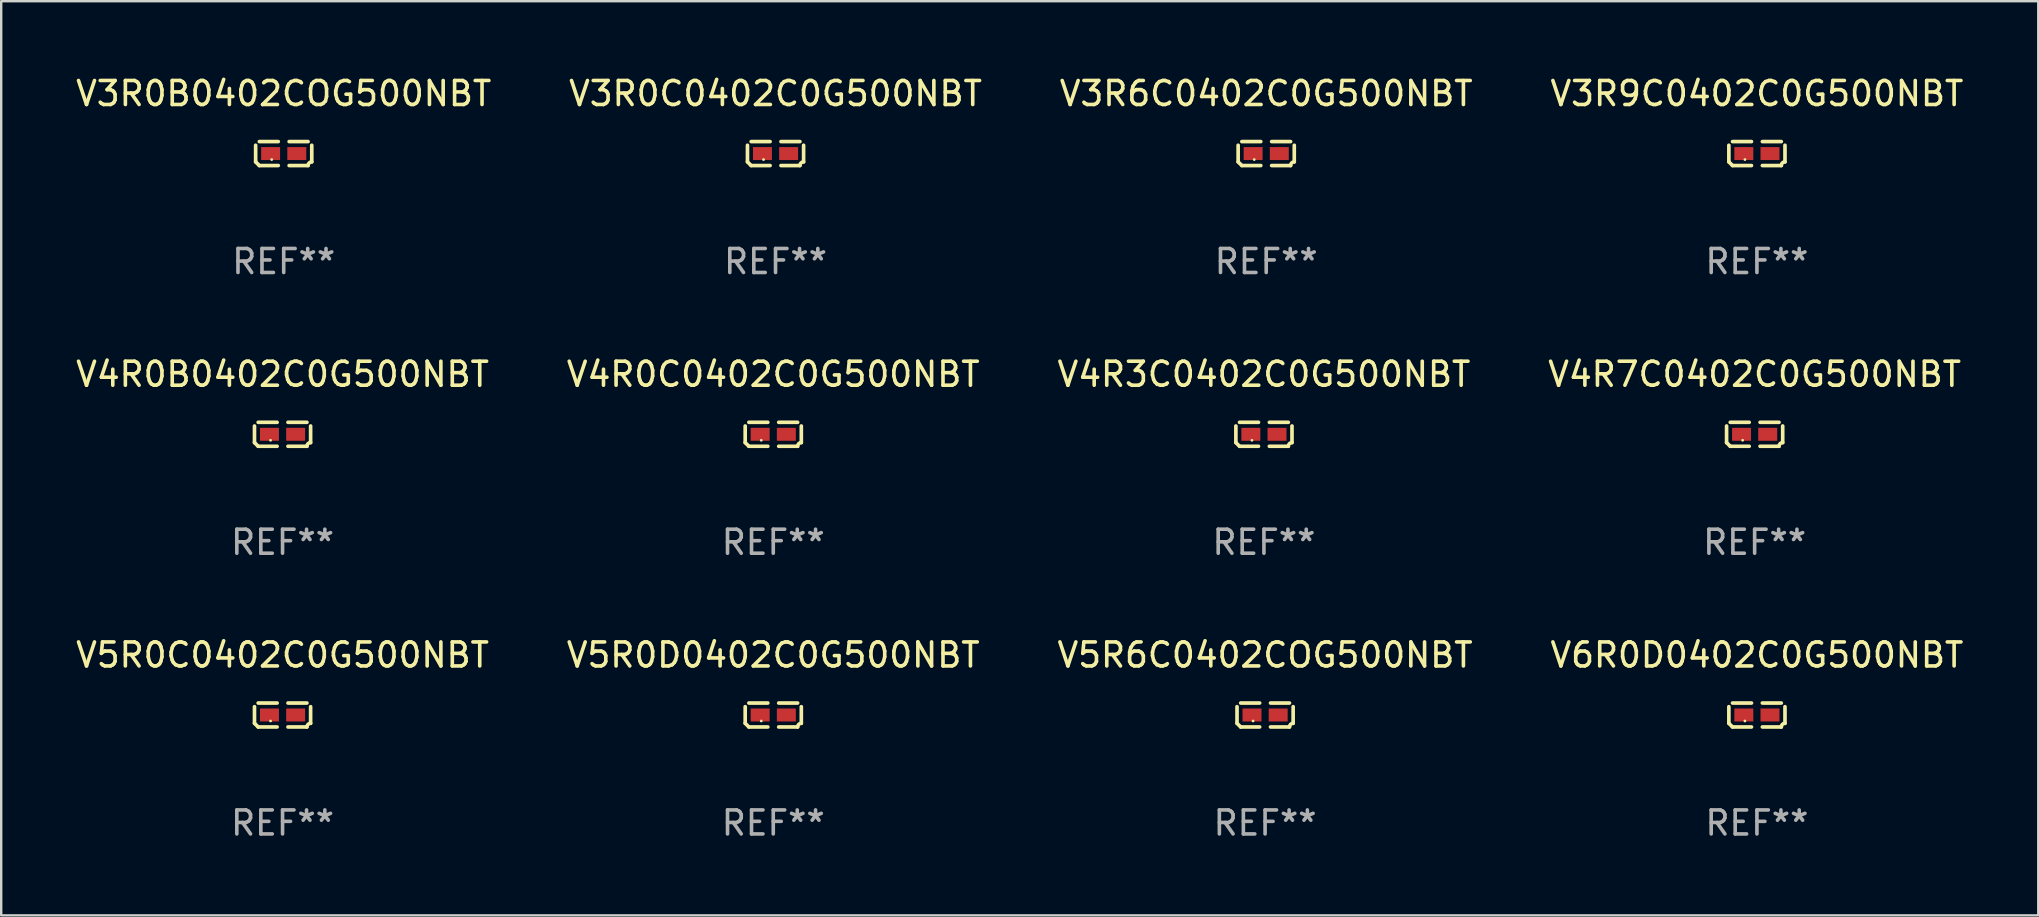
<source format=kicad_pcb>
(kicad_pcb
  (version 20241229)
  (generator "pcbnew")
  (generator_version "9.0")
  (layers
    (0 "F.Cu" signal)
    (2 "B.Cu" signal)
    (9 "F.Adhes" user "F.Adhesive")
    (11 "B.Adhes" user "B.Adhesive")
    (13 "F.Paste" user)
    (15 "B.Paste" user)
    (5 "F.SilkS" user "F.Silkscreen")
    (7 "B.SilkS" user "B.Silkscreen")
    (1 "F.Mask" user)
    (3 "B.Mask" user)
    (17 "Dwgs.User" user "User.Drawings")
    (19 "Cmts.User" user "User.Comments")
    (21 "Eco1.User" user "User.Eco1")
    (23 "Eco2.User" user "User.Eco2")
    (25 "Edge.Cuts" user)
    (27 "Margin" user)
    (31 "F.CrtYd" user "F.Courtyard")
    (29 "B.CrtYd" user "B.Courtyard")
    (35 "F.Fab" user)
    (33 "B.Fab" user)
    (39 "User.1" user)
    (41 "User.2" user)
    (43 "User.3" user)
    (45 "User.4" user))
  (footprint "V4R7C0402C0G500NBT"
    (layer "F.Cu")
    (at 70.042 15.041)
    (property "Reference" "V4R7C0402C0G500NBT" (at 0 -2.499 0) (layer "F.SilkS") (effects (font (size 1 1) (thickness 0.15))))
    (attr through_hole)
    (fp_line (start -1.169 0.346) (end -1.169 -0.346) (stroke (width 0.152) (type solid)) (layer "F.SilkS"))
    (fp_line (start -1.016 -0.499) (end -0.226 -0.499) (stroke (width 0.152) (type solid)) (layer "F.SilkS"))
    (fp_line (start -0.226 0.499) (end -1.016 0.499) (stroke (width 0.152) (type solid)) (layer "F.SilkS"))
    (fp_line (start 0.226 0.499) (end 1.016 0.499) (stroke (width 0.152) (type solid)) (layer "F.SilkS"))
    (fp_line (start 1.016 -0.499) (end 0.226 -0.499) (stroke (width 0.152) (type solid)) (layer "F.SilkS"))
    (fp_line (start 1.169 0.346) (end 1.169 -0.346) (stroke (width 0.152) (type solid)) (layer "F.SilkS"))
    (fp_arc (start -1.016307 0.498603) (mid -1.092512 0.422405) (end -1.16871 0.3462) (stroke (width 0.1524) (type solid)) (layer "F.SilkS"))
    (fp_arc (start 1.016307 0.498603) (mid 1.060899 0.390758) (end 1.168707 0.346076) (stroke (width 0.1524) (type solid)) (layer "F.SilkS"))
    (fp_circle (center -0.5 0.25) (end -0.47 0.25) (stroke (width 0.06) (type solid)) (fill no) (layer "F.SilkS"))
    (fp_text user "REF**" (at 0 4.499 0) (layer "F.Fab") (effects (font (size 1 1) (thickness 0.15))))
    (pad "1" smd rect (at -0.545 0) (size 0.79 0.54) (layers "F.Cu" "F.Mask" "F.Paste"))
    (pad "2" smd rect (at 0.545 0) (size 0.79 0.54) (layers "F.Cu" "F.Mask" "F.Paste")))
  (footprint "V6R0D0402C0G500NBT"
    (layer "F.Cu")
    (at 70.137 26.734)
    (property "Reference" "V6R0D0402C0G500NBT" (at 0 -2.499 0) (layer "F.SilkS") (effects (font (size 1 1) (thickness 0.15))))
    (attr through_hole)
    (fp_line (start -1.169 0.346) (end -1.169 -0.346) (stroke (width 0.152) (type solid)) (layer "F.SilkS"))
    (fp_line (start -1.016 -0.499) (end -0.226 -0.499) (stroke (width 0.152) (type solid)) (layer "F.SilkS"))
    (fp_line (start -0.226 0.499) (end -1.016 0.499) (stroke (width 0.152) (type solid)) (layer "F.SilkS"))
    (fp_line (start 0.226 0.499) (end 1.016 0.499) (stroke (width 0.152) (type solid)) (layer "F.SilkS"))
    (fp_line (start 1.016 -0.499) (end 0.226 -0.499) (stroke (width 0.152) (type solid)) (layer "F.SilkS"))
    (fp_line (start 1.169 0.346) (end 1.169 -0.346) (stroke (width 0.152) (type solid)) (layer "F.SilkS"))
    (fp_arc (start -1.016307 0.498603) (mid -1.092512 0.422405) (end -1.16871 0.3462) (stroke (width 0.1524) (type solid)) (layer "F.SilkS"))
    (fp_arc (start 1.016307 0.498603) (mid 1.060899 0.390758) (end 1.168707 0.346076) (stroke (width 0.1524) (type solid)) (layer "F.SilkS"))
    (fp_circle (center -0.5 0.25) (end -0.47 0.25) (stroke (width 0.06) (type solid)) (fill no) (layer "F.SilkS"))
    (fp_text user "REF**" (at 0 4.499 0) (layer "F.Fab") (effects (font (size 1 1) (thickness 0.15))))
    (pad "1" smd rect (at -0.545 0) (size 0.79 0.54) (layers "F.Cu" "F.Mask" "F.Paste"))
    (pad "2" smd rect (at 0.545 0) (size 0.79 0.54) (layers "F.Cu" "F.Mask" "F.Paste")))
  (footprint "V3R6C0402C0G500NBT"
    (layer "F.Cu")
    (at 49.696 3.347)
    (property "Reference" "V3R6C0402C0G500NBT" (at 0 -2.499 0) (layer "F.SilkS") (effects (font (size 1 1) (thickness 0.15))))
    (attr through_hole)
    (fp_line (start -1.169 0.346) (end -1.169 -0.346) (stroke (width 0.152) (type solid)) (layer "F.SilkS"))
    (fp_line (start -1.016 -0.499) (end -0.226 -0.499) (stroke (width 0.152) (type solid)) (layer "F.SilkS"))
    (fp_line (start -0.226 0.499) (end -1.016 0.499) (stroke (width 0.152) (type solid)) (layer "F.SilkS"))
    (fp_line (start 0.226 0.499) (end 1.016 0.499) (stroke (width 0.152) (type solid)) (layer "F.SilkS"))
    (fp_line (start 1.016 -0.499) (end 0.226 -0.499) (stroke (width 0.152) (type solid)) (layer "F.SilkS"))
    (fp_line (start 1.169 0.346) (end 1.169 -0.346) (stroke (width 0.152) (type solid)) (layer "F.SilkS"))
    (fp_arc (start -1.016307 0.498603) (mid -1.092512 0.422405) (end -1.16871 0.3462) (stroke (width 0.1524) (type solid)) (layer "F.SilkS"))
    (fp_arc (start 1.016307 0.498603) (mid 1.060899 0.390758) (end 1.168707 0.346076) (stroke (width 0.1524) (type solid)) (layer "F.SilkS"))
    (fp_circle (center -0.5 0.25) (end -0.47 0.25) (stroke (width 0.06) (type solid)) (fill no) (layer "F.SilkS"))
    (fp_text user "REF**" (at 0 4.499 0) (layer "F.Fab") (effects (font (size 1 1) (thickness 0.15))))
    (pad "1" smd rect (at -0.545 0) (size 0.79 0.54) (layers "F.Cu" "F.Mask" "F.Paste"))
    (pad "2" smd rect (at 0.545 0) (size 0.79 0.54) (layers "F.Cu" "F.Mask" "F.Paste")))
  (footprint "V3R0C0402C0G500NBT"
    (layer "F.Cu")
    (at 29.256 3.347)
    (property "Reference" "V3R0C0402C0G500NBT" (at 0 -2.499 0) (layer "F.SilkS") (effects (font (size 1 1) (thickness 0.15))))
    (attr through_hole)
    (fp_line (start -1.169 0.346) (end -1.169 -0.346) (stroke (width 0.152) (type solid)) (layer "F.SilkS"))
    (fp_line (start -1.016 -0.499) (end -0.226 -0.499) (stroke (width 0.152) (type solid)) (layer "F.SilkS"))
    (fp_line (start -0.226 0.499) (end -1.016 0.499) (stroke (width 0.152) (type solid)) (layer "F.SilkS"))
    (fp_line (start 0.226 0.499) (end 1.016 0.499) (stroke (width 0.152) (type solid)) (layer "F.SilkS"))
    (fp_line (start 1.016 -0.499) (end 0.226 -0.499) (stroke (width 0.152) (type solid)) (layer "F.SilkS"))
    (fp_line (start 1.169 0.346) (end 1.169 -0.346) (stroke (width 0.152) (type solid)) (layer "F.SilkS"))
    (fp_arc (start -1.016307 0.498603) (mid -1.092512 0.422405) (end -1.16871 0.3462) (stroke (width 0.1524) (type solid)) (layer "F.SilkS"))
    (fp_arc (start 1.016307 0.498603) (mid 1.060899 0.390758) (end 1.168707 0.346076) (stroke (width 0.1524) (type solid)) (layer "F.SilkS"))
    (fp_circle (center -0.5 0.25) (end -0.47 0.25) (stroke (width 0.06) (type solid)) (fill no) (layer "F.SilkS"))
    (fp_text user "REF**" (at 0 4.499 0) (layer "F.Fab") (effects (font (size 1 1) (thickness 0.15))))
    (pad "1" smd rect (at -0.545 0) (size 0.79 0.54) (layers "F.Cu" "F.Mask" "F.Paste"))
    (pad "2" smd rect (at 0.545 0) (size 0.79 0.54) (layers "F.Cu" "F.Mask" "F.Paste")))
  (footprint "V3R9C0402C0G500NBT"
    (layer "F.Cu")
    (at 70.137 3.347)
    (property "Reference" "V3R9C0402C0G500NBT" (at 0 -2.499 0) (layer "F.SilkS") (effects (font (size 1 1) (thickness 0.15))))
    (attr through_hole)
    (fp_line (start -1.169 0.346) (end -1.169 -0.346) (stroke (width 0.152) (type solid)) (layer "F.SilkS"))
    (fp_line (start -1.016 -0.499) (end -0.226 -0.499) (stroke (width 0.152) (type solid)) (layer "F.SilkS"))
    (fp_line (start -0.226 0.499) (end -1.016 0.499) (stroke (width 0.152) (type solid)) (layer "F.SilkS"))
    (fp_line (start 0.226 0.499) (end 1.016 0.499) (stroke (width 0.152) (type solid)) (layer "F.SilkS"))
    (fp_line (start 1.016 -0.499) (end 0.226 -0.499) (stroke (width 0.152) (type solid)) (layer "F.SilkS"))
    (fp_line (start 1.169 0.346) (end 1.169 -0.346) (stroke (width 0.152) (type solid)) (layer "F.SilkS"))
    (fp_arc (start -1.016307 0.498603) (mid -1.092512 0.422405) (end -1.16871 0.3462) (stroke (width 0.1524) (type solid)) (layer "F.SilkS"))
    (fp_arc (start 1.016307 0.498603) (mid 1.060899 0.390758) (end 1.168707 0.346076) (stroke (width 0.1524) (type solid)) (layer "F.SilkS"))
    (fp_circle (center -0.5 0.25) (end -0.47 0.25) (stroke (width 0.06) (type solid)) (fill no) (layer "F.SilkS"))
    (fp_text user "REF**" (at 0 4.499 0) (layer "F.Fab") (effects (font (size 1 1) (thickness 0.15))))
    (pad "1" smd rect (at -0.545 0) (size 0.79 0.54) (layers "F.Cu" "F.Mask" "F.Paste"))
    (pad "2" smd rect (at 0.545 0) (size 0.79 0.54) (layers "F.Cu" "F.Mask" "F.Paste")))
  (footprint "V3R0B0402COG500NBT"
    (layer "F.Cu")
    (at 8.768 3.347)
    (property "Reference" "V3R0B0402COG500NBT" (at 0 -2.499 0) (layer "F.SilkS") (effects (font (size 1 1) (thickness 0.15))))
    (attr through_hole)
    (fp_line (start -1.169 0.346) (end -1.169 -0.346) (stroke (width 0.152) (type solid)) (layer "F.SilkS"))
    (fp_line (start -1.016 -0.499) (end -0.226 -0.499) (stroke (width 0.152) (type solid)) (layer "F.SilkS"))
    (fp_line (start -0.226 0.499) (end -1.016 0.499) (stroke (width 0.152) (type solid)) (layer "F.SilkS"))
    (fp_line (start 0.226 0.499) (end 1.016 0.499) (stroke (width 0.152) (type solid)) (layer "F.SilkS"))
    (fp_line (start 1.016 -0.499) (end 0.226 -0.499) (stroke (width 0.152) (type solid)) (layer "F.SilkS"))
    (fp_line (start 1.169 0.346) (end 1.169 -0.346) (stroke (width 0.152) (type solid)) (layer "F.SilkS"))
    (fp_arc (start -1.016307 0.498603) (mid -1.092512 0.422405) (end -1.16871 0.3462) (stroke (width 0.1524) (type solid)) (layer "F.SilkS"))
    (fp_arc (start 1.016307 0.498603) (mid 1.060899 0.390758) (end 1.168707 0.346076) (stroke (width 0.1524) (type solid)) (layer "F.SilkS"))
    (fp_circle (center -0.5 0.25) (end -0.47 0.25) (stroke (width 0.06) (type solid)) (fill no) (layer "F.SilkS"))
    (fp_text user "REF**" (at 0 4.499 0) (layer "F.Fab") (effects (font (size 1 1) (thickness 0.15))))
    (pad "1" smd rect (at -0.545 0) (size 0.79 0.54) (layers "F.Cu" "F.Mask" "F.Paste"))
    (pad "2" smd rect (at 0.545 0) (size 0.79 0.54) (layers "F.Cu" "F.Mask" "F.Paste")))
  (footprint "V5R6C0402COG500NBT"
    (layer "F.Cu")
    (at 49.649 26.734)
    (property "Reference" "V5R6C0402COG500NBT" (at 0 -2.499 0) (layer "F.SilkS") (effects (font (size 1 1) (thickness 0.15))))
    (attr through_hole)
    (fp_line (start -1.169 0.346) (end -1.169 -0.346) (stroke (width 0.152) (type solid)) (layer "F.SilkS"))
    (fp_line (start -1.016 -0.499) (end -0.226 -0.499) (stroke (width 0.152) (type solid)) (layer "F.SilkS"))
    (fp_line (start -0.226 0.499) (end -1.016 0.499) (stroke (width 0.152) (type solid)) (layer "F.SilkS"))
    (fp_line (start 0.226 0.499) (end 1.016 0.499) (stroke (width 0.152) (type solid)) (layer "F.SilkS"))
    (fp_line (start 1.016 -0.499) (end 0.226 -0.499) (stroke (width 0.152) (type solid)) (layer "F.SilkS"))
    (fp_line (start 1.169 0.346) (end 1.169 -0.346) (stroke (width 0.152) (type solid)) (layer "F.SilkS"))
    (fp_arc (start -1.016307 0.498603) (mid -1.092512 0.422405) (end -1.16871 0.3462) (stroke (width 0.1524) (type solid)) (layer "F.SilkS"))
    (fp_arc (start 1.016307 0.498603) (mid 1.060899 0.390758) (end 1.168707 0.346076) (stroke (width 0.1524) (type solid)) (layer "F.SilkS"))
    (fp_circle (center -0.5 0.25) (end -0.47 0.25) (stroke (width 0.06) (type solid)) (fill no) (layer "F.SilkS"))
    (fp_text user "REF**" (at 0 4.499 0) (layer "F.Fab") (effects (font (size 1 1) (thickness 0.15))))
    (pad "1" smd rect (at -0.545 0) (size 0.79 0.54) (layers "F.Cu" "F.Mask" "F.Paste"))
    (pad "2" smd rect (at 0.545 0) (size 0.79 0.54) (layers "F.Cu" "F.Mask" "F.Paste")))
  (footprint "V4R3C0402C0G500NBT"
    (layer "F.Cu")
    (at 49.601 15.041)
    (property "Reference" "V4R3C0402C0G500NBT" (at 0 -2.499 0) (layer "F.SilkS") (effects (font (size 1 1) (thickness 0.15))))
    (attr through_hole)
    (fp_line (start -1.169 0.346) (end -1.169 -0.346) (stroke (width 0.152) (type solid)) (layer "F.SilkS"))
    (fp_line (start -1.016 -0.499) (end -0.226 -0.499) (stroke (width 0.152) (type solid)) (layer "F.SilkS"))
    (fp_line (start -0.226 0.499) (end -1.016 0.499) (stroke (width 0.152) (type solid)) (layer "F.SilkS"))
    (fp_line (start 0.226 0.499) (end 1.016 0.499) (stroke (width 0.152) (type solid)) (layer "F.SilkS"))
    (fp_line (start 1.016 -0.499) (end 0.226 -0.499) (stroke (width 0.152) (type solid)) (layer "F.SilkS"))
    (fp_line (start 1.169 0.346) (end 1.169 -0.346) (stroke (width 0.152) (type solid)) (layer "F.SilkS"))
    (fp_arc (start -1.016307 0.498603) (mid -1.092512 0.422405) (end -1.16871 0.3462) (stroke (width 0.1524) (type solid)) (layer "F.SilkS"))
    (fp_arc (start 1.016307 0.498603) (mid 1.060899 0.390758) (end 1.168707 0.346076) (stroke (width 0.1524) (type solid)) (layer "F.SilkS"))
    (fp_circle (center -0.5 0.25) (end -0.47 0.25) (stroke (width 0.06) (type solid)) (fill no) (layer "F.SilkS"))
    (fp_text user "REF**" (at 0 4.499 0) (layer "F.Fab") (effects (font (size 1 1) (thickness 0.15))))
    (pad "1" smd rect (at -0.545 0) (size 0.79 0.54) (layers "F.Cu" "F.Mask" "F.Paste"))
    (pad "2" smd rect (at 0.545 0) (size 0.79 0.54) (layers "F.Cu" "F.Mask" "F.Paste")))
  (footprint "V5R0D0402C0G500NBT"
    (layer "F.Cu")
    (at 29.161 26.734)
    (property "Reference" "V5R0D0402C0G500NBT" (at 0 -2.499 0) (layer "F.SilkS") (effects (font (size 1 1) (thickness 0.15))))
    (attr through_hole)
    (fp_line (start -1.169 0.346) (end -1.169 -0.346) (stroke (width 0.152) (type solid)) (layer "F.SilkS"))
    (fp_line (start -1.016 -0.499) (end -0.226 -0.499) (stroke (width 0.152) (type solid)) (layer "F.SilkS"))
    (fp_line (start -0.226 0.499) (end -1.016 0.499) (stroke (width 0.152) (type solid)) (layer "F.SilkS"))
    (fp_line (start 0.226 0.499) (end 1.016 0.499) (stroke (width 0.152) (type solid)) (layer "F.SilkS"))
    (fp_line (start 1.016 -0.499) (end 0.226 -0.499) (stroke (width 0.152) (type solid)) (layer "F.SilkS"))
    (fp_line (start 1.169 0.346) (end 1.169 -0.346) (stroke (width 0.152) (type solid)) (layer "F.SilkS"))
    (fp_arc (start -1.016307 0.498603) (mid -1.092512 0.422405) (end -1.16871 0.3462) (stroke (width 0.1524) (type solid)) (layer "F.SilkS"))
    (fp_arc (start 1.016307 0.498603) (mid 1.060899 0.390758) (end 1.168707 0.346076) (stroke (width 0.1524) (type solid)) (layer "F.SilkS"))
    (fp_circle (center -0.5 0.25) (end -0.47 0.25) (stroke (width 0.06) (type solid)) (fill no) (layer "F.SilkS"))
    (fp_text user "REF**" (at 0 4.499 0) (layer "F.Fab") (effects (font (size 1 1) (thickness 0.15))))
    (pad "1" smd rect (at -0.545 0) (size 0.79 0.54) (layers "F.Cu" "F.Mask" "F.Paste"))
    (pad "2" smd rect (at 0.545 0) (size 0.79 0.54) (layers "F.Cu" "F.Mask" "F.Paste")))
  (footprint "V4R0C0402C0G500NBT"
    (layer "F.Cu")
    (at 29.161 15.041)
    (property "Reference" "V4R0C0402C0G500NBT" (at 0 -2.499 0) (layer "F.SilkS") (effects (font (size 1 1) (thickness 0.15))))
    (attr through_hole)
    (fp_line (start -1.169 0.346) (end -1.169 -0.346) (stroke (width 0.152) (type solid)) (layer "F.SilkS"))
    (fp_line (start -1.016 -0.499) (end -0.226 -0.499) (stroke (width 0.152) (type solid)) (layer "F.SilkS"))
    (fp_line (start -0.226 0.499) (end -1.016 0.499) (stroke (width 0.152) (type solid)) (layer "F.SilkS"))
    (fp_line (start 0.226 0.499) (end 1.016 0.499) (stroke (width 0.152) (type solid)) (layer "F.SilkS"))
    (fp_line (start 1.016 -0.499) (end 0.226 -0.499) (stroke (width 0.152) (type solid)) (layer "F.SilkS"))
    (fp_line (start 1.169 0.346) (end 1.169 -0.346) (stroke (width 0.152) (type solid)) (layer "F.SilkS"))
    (fp_arc (start -1.016307 0.498603) (mid -1.092512 0.422405) (end -1.16871 0.3462) (stroke (width 0.1524) (type solid)) (layer "F.SilkS"))
    (fp_arc (start 1.016307 0.498603) (mid 1.060899 0.390758) (end 1.168707 0.346076) (stroke (width 0.1524) (type solid)) (layer "F.SilkS"))
    (fp_circle (center -0.5 0.25) (end -0.47 0.25) (stroke (width 0.06) (type solid)) (fill no) (layer "F.SilkS"))
    (fp_text user "REF**" (at 0 4.499 0) (layer "F.Fab") (effects (font (size 1 1) (thickness 0.15))))
    (pad "1" smd rect (at -0.545 0) (size 0.79 0.54) (layers "F.Cu" "F.Mask" "F.Paste"))
    (pad "2" smd rect (at 0.545 0) (size 0.79 0.54) (layers "F.Cu" "F.Mask" "F.Paste")))
  (footprint "V4R0B0402C0G500NBT"
    (layer "F.Cu")
    (at 8.72 15.041)
    (property "Reference" "V4R0B0402C0G500NBT" (at 0 -2.499 0) (layer "F.SilkS") (effects (font (size 1 1) (thickness 0.15))))
    (attr through_hole)
    (fp_line (start -1.169 0.346) (end -1.169 -0.346) (stroke (width 0.152) (type solid)) (layer "F.SilkS"))
    (fp_line (start -1.016 -0.499) (end -0.226 -0.499) (stroke (width 0.152) (type solid)) (layer "F.SilkS"))
    (fp_line (start -0.226 0.499) (end -1.016 0.499) (stroke (width 0.152) (type solid)) (layer "F.SilkS"))
    (fp_line (start 0.226 0.499) (end 1.016 0.499) (stroke (width 0.152) (type solid)) (layer "F.SilkS"))
    (fp_line (start 1.016 -0.499) (end 0.226 -0.499) (stroke (width 0.152) (type solid)) (layer "F.SilkS"))
    (fp_line (start 1.169 0.346) (end 1.169 -0.346) (stroke (width 0.152) (type solid)) (layer "F.SilkS"))
    (fp_arc (start -1.016307 0.498603) (mid -1.092512 0.422405) (end -1.16871 0.3462) (stroke (width 0.1524) (type solid)) (layer "F.SilkS"))
    (fp_arc (start 1.016307 0.498603) (mid 1.060899 0.390758) (end 1.168707 0.346076) (stroke (width 0.1524) (type solid)) (layer "F.SilkS"))
    (fp_circle (center -0.5 0.25) (end -0.47 0.25) (stroke (width 0.06) (type solid)) (fill no) (layer "F.SilkS"))
    (fp_text user "REF**" (at 0 4.499 0) (layer "F.Fab") (effects (font (size 1 1) (thickness 0.15))))
    (pad "1" smd rect (at -0.545 0) (size 0.79 0.54) (layers "F.Cu" "F.Mask" "F.Paste"))
    (pad "2" smd rect (at 0.545 0) (size 0.79 0.54) (layers "F.Cu" "F.Mask" "F.Paste")))
  (footprint "V5R0C0402C0G500NBT"
    (layer "F.Cu")
    (at 8.72 26.734)
    (property "Reference" "V5R0C0402C0G500NBT" (at 0 -2.499 0) (layer "F.SilkS") (effects (font (size 1 1) (thickness 0.15))))
    (attr through_hole)
    (fp_line (start -1.169 0.346) (end -1.169 -0.346) (stroke (width 0.152) (type solid)) (layer "F.SilkS"))
    (fp_line (start -1.016 -0.499) (end -0.226 -0.499) (stroke (width 0.152) (type solid)) (layer "F.SilkS"))
    (fp_line (start -0.226 0.499) (end -1.016 0.499) (stroke (width 0.152) (type solid)) (layer "F.SilkS"))
    (fp_line (start 0.226 0.499) (end 1.016 0.499) (stroke (width 0.152) (type solid)) (layer "F.SilkS"))
    (fp_line (start 1.016 -0.499) (end 0.226 -0.499) (stroke (width 0.152) (type solid)) (layer "F.SilkS"))
    (fp_line (start 1.169 0.346) (end 1.169 -0.346) (stroke (width 0.152) (type solid)) (layer "F.SilkS"))
    (fp_arc (start -1.016307 0.498603) (mid -1.092512 0.422405) (end -1.16871 0.3462) (stroke (width 0.1524) (type solid)) (layer "F.SilkS"))
    (fp_arc (start 1.016307 0.498603) (mid 1.060899 0.390758) (end 1.168707 0.346076) (stroke (width 0.1524) (type solid)) (layer "F.SilkS"))
    (fp_circle (center -0.5 0.25) (end -0.47 0.25) (stroke (width 0.06) (type solid)) (fill no) (layer "F.SilkS"))
    (fp_text user "REF**" (at 0 4.499 0) (layer "F.Fab") (effects (font (size 1 1) (thickness 0.15))))
    (pad "1" smd rect (at -0.545 0) (size 0.79 0.54) (layers "F.Cu" "F.Mask" "F.Paste"))
    (pad "2" smd rect (at 0.545 0) (size 0.79 0.54) (layers "F.Cu" "F.Mask" "F.Paste")))
  (gr_rect
    (start -3 -3)
    (end 81.857 35.081)
    (stroke (width 0.1) (type default))
    (fill no)
    (layer "Edge.Cuts")))
</source>
